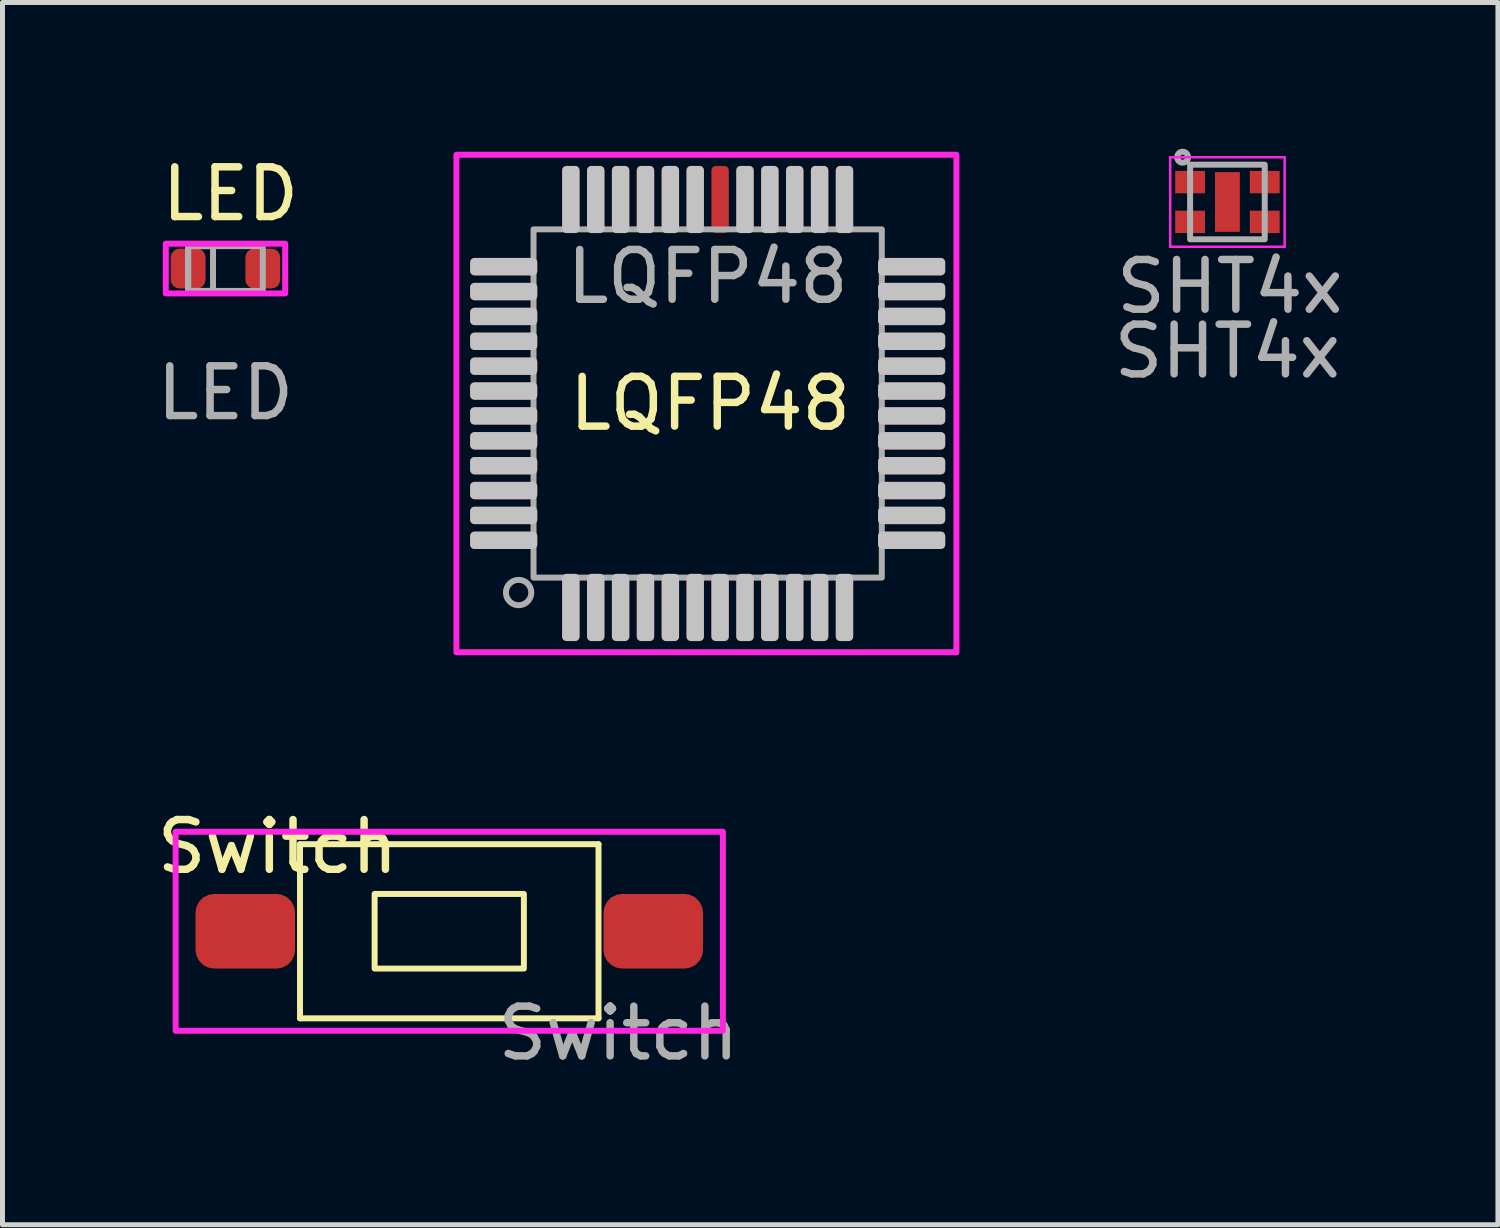
<source format=kicad_pcb>
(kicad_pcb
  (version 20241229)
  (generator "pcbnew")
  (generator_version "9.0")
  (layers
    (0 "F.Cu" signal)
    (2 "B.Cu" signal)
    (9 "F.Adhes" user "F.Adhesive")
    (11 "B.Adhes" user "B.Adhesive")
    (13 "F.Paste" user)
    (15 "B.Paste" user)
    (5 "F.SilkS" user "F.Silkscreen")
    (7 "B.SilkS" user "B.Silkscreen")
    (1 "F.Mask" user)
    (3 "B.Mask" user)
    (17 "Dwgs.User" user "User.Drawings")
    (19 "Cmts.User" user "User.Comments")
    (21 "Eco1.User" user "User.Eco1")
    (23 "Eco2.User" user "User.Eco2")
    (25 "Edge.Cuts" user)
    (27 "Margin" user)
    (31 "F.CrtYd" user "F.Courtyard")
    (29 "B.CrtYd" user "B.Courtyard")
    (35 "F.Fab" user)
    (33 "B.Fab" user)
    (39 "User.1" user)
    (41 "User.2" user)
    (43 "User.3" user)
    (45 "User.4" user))
  (footprint "Switch"
    (layer "F.Cu")
    (at 5.98 15.668)
    (property "Reference" "Switch" (at -3.45 -1.7 0) (unlocked yes) (layer "F.SilkS") (effects (font (size 1 1) (thickness 0.15))))
    (attr smd)
    (fp_line (start -3 -1.75) (end -3 1.75) (stroke (width 0.12) (type solid)) (layer "F.SilkS"))
    (fp_line (start -3 -1.75) (end 3 -1.75) (stroke (width 0.12) (type solid)) (layer "F.SilkS"))
    (fp_line (start -3 1.75) (end 3 1.75) (stroke (width 0.12) (type solid)) (layer "F.SilkS"))
    (fp_line (start 3 -1.75) (end 3 1.75) (stroke (width 0.12) (type solid)) (layer "F.SilkS"))
    (fp_rect (start -1.5 -0.75) (end 1.5 0.75) (stroke (width 0.12) (type solid)) (fill no) (layer "F.SilkS"))
    (fp_rect (start 5.5 -2) (end -5.5 2) (stroke (width 0.12) (type solid)) (fill no) (layer "F.CrtYd"))
    (fp_text user "${REFERENCE}" (at 3.4 2.05 0) (unlocked yes) (layer "F.Fab") (effects (font (size 1 1) (thickness 0.15))))
    (pad "1" smd roundrect (at 4.1 0) (size 2 1.5) (layers "F.Cu" "F.Mask" "F.Paste") (roundrect_rratio 0.25))
    (pad "2" smd roundrect (at -4.1 0) (size 2 1.5) (layers "F.Cu" "F.Mask" "F.Paste") (roundrect_rratio 0.25)))
  (footprint "LQFP48"
    (layer "F.Cu")
    (at 11.174 5.06)
    (property "Reference" "LQFP48" (at 0.05 0 0) (unlocked yes) (layer "F.SilkS") (effects (font (size 1 1) (thickness 0.15))))
    (attr smd)
    (fp_rect (start 5 5) (end -5.05 -5) (stroke (width 0.12) (type solid)) (fill no) (layer "F.CrtYd"))
    (fp_rect (start -3.5 -3.5) (end 3.5 3.5) (stroke (width 0.12) (type solid)) (fill no) (layer "F.Fab"))
    (fp_circle (center -3.8 3.8) (end -3.545 3.8) (stroke (width 0.12) (type solid)) (fill no) (layer "F.Fab"))
    (fp_text user "${REFERENCE}" (at 0 -2.55 0) (unlocked yes) (layer "F.Fab") (effects (font (size 1 1) (thickness 0.15))))
    (pad "1" smd roundrect (at -2.75 4.1 270) (size 1.35 0.35) (layers "F.Cu" "F.Mask" "F.Paste" "Dwgs.User") (roundrect_rratio 0.25))
    (pad "2" smd roundrect (at -2.25 4.1 270) (size 1.35 0.35) (layers "F.Cu" "F.Mask" "F.Paste" "Dwgs.User") (roundrect_rratio 0.25))
    (pad "3" smd roundrect (at -1.75 4.1 270) (size 1.35 0.35) (layers "F.Cu" "F.Mask" "F.Paste" "Dwgs.User") (roundrect_rratio 0.25))
    (pad "4" smd roundrect (at -1.25 4.1 270) (size 1.35 0.35) (layers "F.Cu" "F.Mask" "F.Paste" "Dwgs.User") (roundrect_rratio 0.25))
    (pad "5" smd roundrect (at -0.75 4.1 270) (size 1.35 0.35) (layers "F.Cu" "F.Mask" "F.Paste" "Dwgs.User") (roundrect_rratio 0.25))
    (pad "6" smd roundrect (at -0.25 4.1 270) (size 1.35 0.35) (layers "F.Cu" "F.Mask" "F.Paste" "Dwgs.User") (roundrect_rratio 0.25))
    (pad "7" smd roundrect (at 0.25 4.1 270) (size 1.35 0.35) (layers "F.Cu" "F.Mask" "F.Paste" "Dwgs.User") (roundrect_rratio 0.25))
    (pad "8" smd roundrect (at 0.75 4.1 270) (size 1.35 0.35) (layers "F.Cu" "F.Mask" "F.Paste" "Dwgs.User") (roundrect_rratio 0.25))
    (pad "9" smd roundrect (at 1.25 4.1 270) (size 1.35 0.35) (layers "F.Cu" "F.Mask" "F.Paste" "Dwgs.User") (roundrect_rratio 0.25))
    (pad "10" smd roundrect (at 1.75 4.1 270) (size 1.35 0.35) (layers "F.Cu" "F.Mask" "F.Paste" "Dwgs.User") (roundrect_rratio 0.25))
    (pad "11" smd roundrect (at 2.25 4.1 270) (size 1.35 0.35) (layers "F.Cu" "F.Mask" "F.Paste" "Dwgs.User") (roundrect_rratio 0.25))
    (pad "12" smd roundrect (at 2.75 4.1 270) (size 1.35 0.35) (layers "F.Cu" "F.Mask" "F.Paste" "Dwgs.User") (roundrect_rratio 0.25))
    (pad "13" smd roundrect (at 4.1 2.75) (size 1.35 0.35) (layers "F.Cu" "F.Mask" "F.Paste" "Dwgs.User") (roundrect_rratio 0.25))
    (pad "14" smd roundrect (at 4.1 2.25) (size 1.35 0.35) (layers "F.Cu" "F.Mask" "F.Paste" "Dwgs.User") (roundrect_rratio 0.25))
    (pad "15" smd roundrect (at 4.1 1.75) (size 1.35 0.35) (layers "F.Cu" "F.Mask" "F.Paste" "Dwgs.User") (roundrect_rratio 0.25))
    (pad "16" smd roundrect (at 4.1 1.25) (size 1.35 0.35) (layers "F.Cu" "F.Mask" "F.Paste" "Dwgs.User") (roundrect_rratio 0.25))
    (pad "17" smd roundrect (at 4.1 0.75) (size 1.35 0.35) (layers "F.Cu" "F.Mask" "F.Paste" "Dwgs.User") (roundrect_rratio 0.25))
    (pad "18" smd roundrect (at 4.1 0.25) (size 1.35 0.35) (layers "F.Cu" "F.Mask" "F.Paste" "Dwgs.User") (roundrect_rratio 0.25))
    (pad "19" smd roundrect (at 4.1 -0.25) (size 1.35 0.35) (layers "F.Cu" "F.Mask" "F.Paste" "Dwgs.User") (roundrect_rratio 0.25))
    (pad "20" smd roundrect (at 4.1 -0.75) (size 1.35 0.35) (layers "F.Cu" "F.Mask" "F.Paste" "Dwgs.User") (roundrect_rratio 0.25))
    (pad "21" smd roundrect (at 4.1 -1.25) (size 1.35 0.35) (layers "F.Cu" "F.Mask" "F.Paste" "Dwgs.User") (roundrect_rratio 0.25))
    (pad "22" smd roundrect (at 4.1 -1.75) (size 1.35 0.35) (layers "F.Cu" "F.Mask" "F.Paste" "Dwgs.User") (roundrect_rratio 0.25))
    (pad "23" smd roundrect (at 4.1 -2.25) (size 1.35 0.35) (layers "F.Cu" "F.Mask" "F.Paste" "Dwgs.User") (roundrect_rratio 0.25))
    (pad "24" smd roundrect (at 4.1 -2.75) (size 1.35 0.35) (layers "F.Cu" "F.Mask" "F.Paste" "Dwgs.User") (roundrect_rratio 0.25))
    (pad "25" smd roundrect (at 2.75 -4.1 270) (size 1.35 0.35) (layers "F.Cu" "F.Mask" "F.Paste" "Dwgs.User") (roundrect_rratio 0.25))
    (pad "26" smd roundrect (at 2.25 -4.1 270) (size 1.35 0.35) (layers "F.Cu" "F.Mask" "F.Paste" "Dwgs.User") (roundrect_rratio 0.25))
    (pad "27" smd roundrect (at 1.75 -4.1 270) (size 1.35 0.35) (layers "F.Cu" "F.Mask" "F.Paste" "Dwgs.User") (roundrect_rratio 0.25))
    (pad "28" smd roundrect (at 1.25 -4.1 270) (size 1.35 0.35) (layers "F.Cu" "F.Mask" "F.Paste" "Dwgs.User") (roundrect_rratio 0.25))
    (pad "29" smd roundrect (at 0.75 -4.1 270) (size 1.35 0.35) (layers "F.Cu" "F.Mask" "F.Paste" "Dwgs.User") (roundrect_rratio 0.25))
    (pad "30" smd roundrect (at 0.25 -4.1 270) (size 1.35 0.35) (layers "F.Cu" "F.Mask" "F.Paste") (roundrect_rratio 0.25))
    (pad "31" smd roundrect (at -0.25 -4.1 270) (size 1.35 0.35) (layers "F.Cu" "F.Mask" "F.Paste" "Dwgs.User") (roundrect_rratio 0.25))
    (pad "32" smd roundrect (at -0.75 -4.1 270) (size 1.35 0.35) (layers "F.Cu" "F.Mask" "F.Paste" "Dwgs.User") (roundrect_rratio 0.25))
    (pad "33" smd roundrect (at -1.25 -4.1 270) (size 1.35 0.35) (layers "F.Cu" "F.Mask" "F.Paste" "Dwgs.User") (roundrect_rratio 0.25))
    (pad "34" smd roundrect (at -1.75 -4.1 270) (size 1.35 0.35) (layers "F.Cu" "F.Mask" "F.Paste" "Dwgs.User") (roundrect_rratio 0.25))
    (pad "35" smd roundrect (at -2.25 -4.1 270) (size 1.35 0.35) (layers "F.Cu" "F.Mask" "F.Paste" "Dwgs.User") (roundrect_rratio 0.25))
    (pad "36" smd roundrect (at -2.75 -4.1 270) (size 1.35 0.35) (layers "F.Cu" "F.Mask" "F.Paste" "Dwgs.User") (roundrect_rratio 0.25))
    (pad "37" smd roundrect (at -4.1 -2.75) (size 1.35 0.35) (layers "F.Cu" "F.Mask" "F.Paste" "Dwgs.User") (roundrect_rratio 0.25))
    (pad "38" smd roundrect (at -4.1 -2.25) (size 1.35 0.35) (layers "F.Cu" "F.Mask" "F.Paste" "Dwgs.User") (roundrect_rratio 0.25))
    (pad "39" smd roundrect (at -4.1 -1.75) (size 1.35 0.35) (layers "F.Cu" "F.Mask" "F.Paste" "Dwgs.User") (roundrect_rratio 0.25))
    (pad "40" smd roundrect (at -4.1 -1.25) (size 1.35 0.35) (layers "F.Cu" "F.Mask" "F.Paste" "Dwgs.User") (roundrect_rratio 0.25))
    (pad "41" smd roundrect (at -4.1 -0.75) (size 1.35 0.35) (layers "F.Cu" "F.Mask" "F.Paste" "Dwgs.User") (roundrect_rratio 0.25))
    (pad "42" smd roundrect (at -4.1 -0.25) (size 1.35 0.35) (layers "F.Cu" "F.Mask" "F.Paste" "Dwgs.User") (roundrect_rratio 0.25))
    (pad "43" smd roundrect (at -4.1 0.25) (size 1.35 0.35) (layers "F.Cu" "F.Mask" "F.Paste" "Dwgs.User") (roundrect_rratio 0.25))
    (pad "44" smd roundrect (at -4.1 0.75) (size 1.35 0.35) (layers "F.Cu" "F.Mask" "F.Paste" "Dwgs.User") (roundrect_rratio 0.25))
    (pad "45" smd roundrect (at -4.1 1.25) (size 1.35 0.35) (layers "F.Cu" "F.Mask" "F.Paste" "Dwgs.User") (roundrect_rratio 0.25))
    (pad "46" smd roundrect (at -4.1 1.75) (size 1.35 0.35) (layers "F.Cu" "F.Mask" "F.Paste" "Dwgs.User") (roundrect_rratio 0.25))
    (pad "47" smd roundrect (at -4.1 2.25) (size 1.35 0.35) (layers "F.Cu" "F.Mask" "F.Paste" "Dwgs.User") (roundrect_rratio 0.25))
    (pad "48" smd roundrect (at -4.1 2.75) (size 1.35 0.35) (layers "F.Cu" "F.Mask" "F.Paste" "Dwgs.User") (roundrect_rratio 0.25)))
  (footprint "SHT4x"
    (layer "F.Cu")
    (at 21.621 1.01)
    (property "Reference" "SHT4x" (at 0 3 0) (unlocked yes) (layer "F.Fab") (effects (font (size 1 1) (thickness 0.15))))
    (attr smd)
    (fp_line (start -1.15 0.9) (end -1.15 -0.9) (stroke (width 0.05) (type solid)) (layer "F.CrtYd"))
    (fp_line (start 1.15 -0.9) (end -1.15 -0.9) (stroke (width 0.05) (type solid)) (layer "F.CrtYd"))
    (fp_line (start 1.15 -0.9) (end 1.15 0.9) (stroke (width 0.05) (type solid)) (layer "F.CrtYd"))
    (fp_line (start 1.15 0.9) (end -1.15 0.9) (stroke (width 0.05) (type solid)) (layer "F.CrtYd"))
    (fp_rect (start -0.75 -0.75) (end 0.75 0.75) (stroke (width 0.12) (type solid)) (fill no) (layer "F.Fab"))
    (fp_circle (center -0.9 -0.9) (end -0.85 -0.9) (stroke (width 0.12) (type solid)) (fill no) (layer "F.Fab"))
    (fp_text user "${REFERENCE}" (at 0.05 1.7 0) (unlocked yes) (layer "F.Fab") (effects (font (size 1 1) (thickness 0.15))))
    (pad "1" smd rect (at -0.75 -0.4) (size 0.6 0.45) (layers "F.Cu" "F.Mask" "F.Paste"))
    (pad "2" smd rect (at -0.75 0.4) (size 0.6 0.45) (layers "F.Cu" "F.Mask" "F.Paste"))
    (pad "3" smd rect (at 0.75 -0.4) (size 0.6 0.45) (layers "F.Cu" "F.Mask" "F.Paste"))
    (pad "4" smd rect (at 0.75 0.4) (size 0.6 0.45) (layers "F.Cu" "F.Mask" "F.Paste"))
    (pad "U5" smd rect (at 0 0) (size 0.5 1.2) (layers "F.Cu"))
    (zone (net_name "") (layer "F.SilkS") (name "NC") (hatch edge 0.508) (connect_pads) (min_thickness 0.254) (filled_areas_thickness no) (keepout (tracks not_allowed) (vias not_allowed) (pads not_allowed) (copperpour not_allowed) (footprints allowed)) (placement (enabled no)) (fill) (polygon (pts (xy 21.871 1.61) (xy 21.371 1.61) (xy 21.371 0.41) (xy 21.871 0.41)))))
  (footprint "LED"
    (layer "F.Cu")
    (at 1.482 2.348)
    (property "Reference" "LED" (at 0.1 -1.5 0) (unlocked yes) (layer "F.SilkS") (effects (font (size 1 1) (thickness 0.15))))
    (attr smd)
    (fp_rect (start 1.2 -0.5) (end -1.2 0.5) (stroke (width 0.12) (type solid)) (fill no) (layer "F.CrtYd"))
    (fp_rect (start -0.75 -0.45) (end -0.25 0.45) (stroke (width 0.12) (type solid)) (fill no) (layer "F.Fab"))
    (fp_rect (start 0.75 -0.45) (end -0.75 0.45) (stroke (width 0.12) (type solid)) (fill no) (layer "F.Fab"))
    (fp_text user "${REFERENCE}" (at 0 2.5 0) (unlocked yes) (layer "F.Fab") (effects (font (size 1 1) (thickness 0.15))))
    (pad "1" smd roundrect (at -0.75 0) (size 0.7 0.8) (layers "F.Cu" "F.Mask" "F.Paste") (roundrect_rratio 0.25))
    (pad "2" smd roundrect (at 0.75 0) (size 0.7 0.8) (layers "F.Cu" "F.Mask" "F.Paste") (roundrect_rratio 0.25)))
  (gr_rect
    (start -3 -3)
    (end 27.058 21.567)
    (stroke (width 0.1) (type default))
    (fill no)
    (layer "Edge.Cuts")))
</source>
